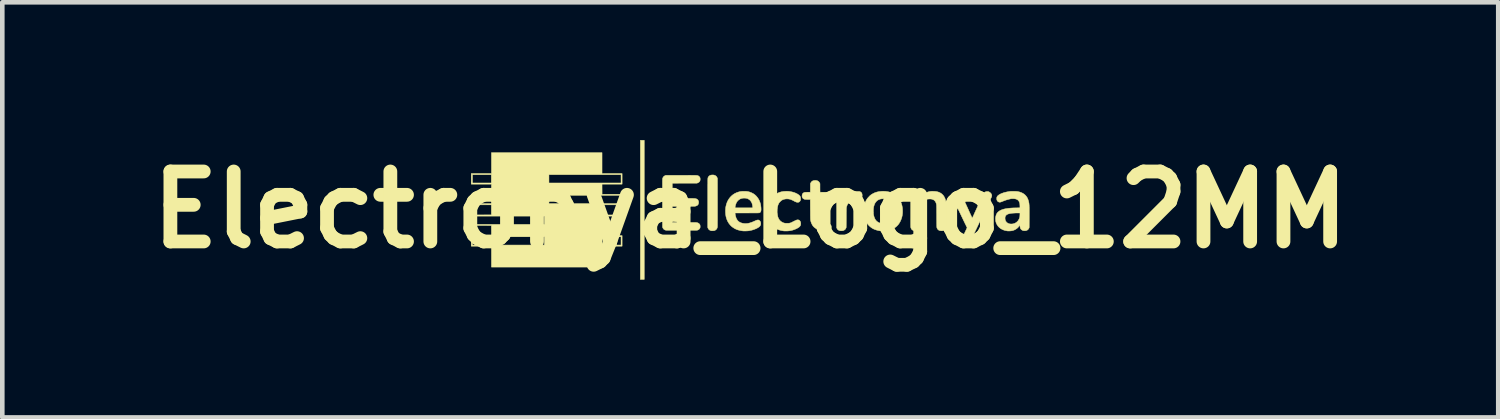
<source format=kicad_pcb>
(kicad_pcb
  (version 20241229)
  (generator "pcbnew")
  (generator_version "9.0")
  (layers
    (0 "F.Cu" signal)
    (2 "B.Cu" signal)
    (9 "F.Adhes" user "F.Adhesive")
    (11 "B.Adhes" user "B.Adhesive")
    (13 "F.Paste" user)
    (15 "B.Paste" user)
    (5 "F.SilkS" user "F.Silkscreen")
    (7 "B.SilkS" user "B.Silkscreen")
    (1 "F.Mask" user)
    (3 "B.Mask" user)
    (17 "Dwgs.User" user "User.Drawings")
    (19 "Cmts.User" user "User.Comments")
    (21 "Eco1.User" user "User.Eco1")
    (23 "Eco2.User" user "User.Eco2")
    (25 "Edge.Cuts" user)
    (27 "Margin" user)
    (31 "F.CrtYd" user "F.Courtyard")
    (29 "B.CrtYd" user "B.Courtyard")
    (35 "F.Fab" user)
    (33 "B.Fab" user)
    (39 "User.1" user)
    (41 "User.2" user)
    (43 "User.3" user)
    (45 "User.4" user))
  (footprint "Electronya_Logo_12MM"
    (layer "F.Cu")
    (at 13.288 1.519)
    (property "Reference" "Electronya_Logo_12MM" (at 0 0 0) (layer "F.SilkS") (effects (font (size 1.524 1.524) (thickness 0.3))))
    (attr through_hole)
    (fp_poly (pts (xy -2.309 1.516) (xy -2.393 1.516) (xy -2.393 -1.514) (xy -2.309 -1.514) (xy -2.309 1.516)) (stroke (width 0.01) (type solid)) (fill yes) (layer "F.SilkS"))
    (fp_poly (pts (xy -0.796 -0.758) (xy -0.774 -0.752) (xy -0.755 -0.742) (xy -0.739 -0.729) (xy -0.727 -0.711) (xy -0.721 -0.699) (xy -0.715 -0.685) (xy -0.714 -0.168) (xy -0.714 -0.097) (xy -0.714 -0.032) (xy -0.714 0.029) (xy -0.714 0.085) (xy -0.714 0.136) (xy -0.714 0.182) (xy -0.714 0.223) (xy -0.715 0.259) (xy -0.715 0.29) (xy -0.715 0.316) (xy -0.715 0.337) (xy -0.715 0.353) (xy -0.716 0.364) (xy -0.716 0.37) (xy -0.716 0.371) (xy -0.72 0.391) (xy -0.726 0.407) (xy -0.736 0.422) (xy -0.746 0.431) (xy -0.758 0.441) (xy -0.77 0.448) (xy -0.783 0.453) (xy -0.799 0.455) (xy -0.818 0.456) (xy -0.832 0.457) (xy -0.843 0.456) (xy -0.852 0.455) (xy -0.86 0.453) (xy -0.861 0.452) (xy -0.882 0.443) (xy -0.899 0.431) (xy -0.912 0.415) (xy -0.92 0.4) (xy -0.926 0.385) (xy -0.926 -0.15) (xy -0.926 -0.211) (xy -0.926 -0.268) (xy -0.926 -0.32) (xy -0.926 -0.367) (xy -0.926 -0.41) (xy -0.926 -0.449) (xy -0.926 -0.485) (xy -0.926 -0.516) (xy -0.926 -0.545) (xy -0.925 -0.57) (xy -0.925 -0.592) (xy -0.925 -0.611) (xy -0.925 -0.628) (xy -0.925 -0.642) (xy -0.925 -0.654) (xy -0.924 -0.664) (xy -0.924 -0.672) (xy -0.924 -0.679) (xy -0.923 -0.684) (xy -0.923 -0.689) (xy -0.923 -0.692) (xy -0.922 -0.695) (xy -0.922 -0.697) (xy -0.921 -0.698) (xy -0.921 -0.698) (xy -0.912 -0.717) (xy -0.9 -0.733) (xy -0.884 -0.745) (xy -0.864 -0.754) (xy -0.841 -0.758) (xy -0.822 -0.759) (xy -0.796 -0.758)) (stroke (width 0.01) (type solid)) (fill yes) (layer "F.SilkS"))
    (fp_poly (pts (xy -3.228 -0.79) (xy -2.791 -0.79) (xy -2.791 -0.559) (xy -3.228 -0.559) (xy -3.227 -0.339) (xy -3.009 -0.338) (xy -2.791 -0.338) (xy -2.791 -0.224) (xy -2.791 -0.109) (xy -3.228 -0.109) (xy -3.228 0.112) (xy -2.791 0.112) (xy -2.791 0.226) (xy -2.791 0.34) (xy -3.009 0.341) (xy -3.227 0.342) (xy -3.228 0.561) (xy -2.791 0.561) (xy -2.791 0.792) (xy -3.228 0.792) (xy -3.228 1.247) (xy -5.636 1.247) (xy -5.636 0.792) (xy -6.076 0.792) (xy -6.076 0.587) (xy -6.05 0.587) (xy -6.05 0.767) (xy -4.483 0.767) (xy -4.483 0.587) (xy -3.226 0.587) (xy -3.226 0.767) (xy -2.814 0.767) (xy -2.814 0.587) (xy -3.226 0.587) (xy -4.483 0.587) (xy -6.05 0.587) (xy -6.076 0.587) (xy -6.076 0.561) (xy -5.636 0.561) (xy -5.637 0.451) (xy -5.638 0.342) (xy -5.857 0.341) (xy -6.076 0.34) (xy -6.076 0.137) (xy -6.05 0.137) (xy -6.05 0.318) (xy -4.483 0.318) (xy -4.483 0.137) (xy -3.226 0.137) (xy -3.226 0.318) (xy -2.814 0.318) (xy -2.814 0.137) (xy -3.226 0.137) (xy -4.483 0.137) (xy -6.05 0.137) (xy -6.076 0.137) (xy -6.076 0.112) (xy -5.638 0.11) (xy -5.638 -0.108) (xy -5.857 -0.109) (xy -6.076 -0.109) (xy -6.076 -0.315) (xy -6.05 -0.315) (xy -6.05 -0.135) (xy -5.639 -0.135) (xy -5.639 -0.315) (xy -4.384 -0.315) (xy -4.384 -0.135) (xy -2.814 -0.135) (xy -2.814 -0.315) (xy -4.384 -0.315) (xy -5.639 -0.315) (xy -6.05 -0.315) (xy -6.076 -0.315) (xy -6.076 -0.338) (xy -5.638 -0.339) (xy -5.637 -0.449) (xy -5.636 -0.559) (xy -6.076 -0.559) (xy -6.076 -0.765) (xy -6.05 -0.765) (xy -6.05 -0.584) (xy -5.639 -0.584) (xy -5.639 -0.765) (xy -4.384 -0.765) (xy -4.384 -0.584) (xy -2.814 -0.584) (xy -2.814 -0.765) (xy -4.384 -0.765) (xy -5.639 -0.765) (xy -6.05 -0.765) (xy -6.076 -0.765) (xy -6.076 -0.79) (xy -5.636 -0.79) (xy -5.636 -1.245) (xy -3.228 -1.245) (xy -3.228 -0.79)) (stroke (width 0.01) (type solid)) (fill yes) (layer "F.SilkS"))
    (fp_poly (pts (xy 2.009 -0.398) (xy 2.029 -0.391) (xy 2.047 -0.381) (xy 2.061 -0.366) (xy 2.071 -0.351) (xy 2.079 -0.334) (xy 2.08 -0.286) (xy 2.081 -0.238) (xy 2.092 -0.259) (xy 2.11 -0.289) (xy 2.132 -0.316) (xy 2.158 -0.34) (xy 2.187 -0.36) (xy 2.22 -0.376) (xy 2.255 -0.388) (xy 2.291 -0.396) (xy 2.301 -0.398) (xy 2.314 -0.399) (xy 2.329 -0.399) (xy 2.345 -0.4) (xy 2.346 -0.4) (xy 2.36 -0.4) (xy 2.37 -0.4) (xy 2.378 -0.399) (xy 2.384 -0.398) (xy 2.389 -0.396) (xy 2.395 -0.393) (xy 2.396 -0.393) (xy 2.411 -0.383) (xy 2.423 -0.371) (xy 2.431 -0.356) (xy 2.435 -0.338) (xy 2.437 -0.316) (xy 2.437 -0.315) (xy 2.436 -0.298) (xy 2.434 -0.284) (xy 2.431 -0.273) (xy 2.425 -0.262) (xy 2.422 -0.258) (xy 2.415 -0.248) (xy 2.405 -0.241) (xy 2.392 -0.234) (xy 2.377 -0.229) (xy 2.358 -0.224) (xy 2.334 -0.22) (xy 2.31 -0.217) (xy 2.285 -0.214) (xy 2.264 -0.211) (xy 2.246 -0.208) (xy 2.231 -0.204) (xy 2.219 -0.201) (xy 2.191 -0.189) (xy 2.165 -0.173) (xy 2.144 -0.153) (xy 2.126 -0.13) (xy 2.115 -0.112) (xy 2.109 -0.099) (xy 2.104 -0.084) (xy 2.099 -0.071) (xy 2.098 -0.066) (xy 2.097 -0.062) (xy 2.096 -0.058) (xy 2.095 -0.054) (xy 2.094 -0.049) (xy 2.094 -0.044) (xy 2.093 -0.037) (xy 2.093 -0.028) (xy 2.092 -0.017) (xy 2.092 -0.004) (xy 2.092 0.012) (xy 2.092 0.031) (xy 2.091 0.053) (xy 2.091 0.08) (xy 2.091 0.11) (xy 2.091 0.145) (xy 2.091 0.17) (xy 2.089 0.385) (xy 2.083 0.399) (xy 2.074 0.417) (xy 2.06 0.432) (xy 2.042 0.444) (xy 2.022 0.453) (xy 2.018 0.454) (xy 2.008 0.455) (xy 1.995 0.457) (xy 1.98 0.457) (xy 1.966 0.456) (xy 1.954 0.455) (xy 1.95 0.454) (xy 1.938 0.45) (xy 1.925 0.444) (xy 1.913 0.437) (xy 1.904 0.429) (xy 1.902 0.427) (xy 1.896 0.42) (xy 1.891 0.41) (xy 1.887 0.404) (xy 1.881 0.39) (xy 1.881 -0.334) (xy 1.888 -0.348) (xy 1.898 -0.365) (xy 1.913 -0.38) (xy 1.931 -0.39) (xy 1.953 -0.397) (xy 1.964 -0.399) (xy 1.987 -0.401) (xy 2.009 -0.398)) (stroke (width 0.01) (type solid)) (fill yes) (layer "F.SilkS"))
    (fp_poly (pts (xy 2.943 -0.402) (xy 2.99 -0.396) (xy 3.034 -0.386) (xy 3.076 -0.371) (xy 3.114 -0.353) (xy 3.15 -0.33) (xy 3.183 -0.303) (xy 3.198 -0.29) (xy 3.227 -0.257) (xy 3.252 -0.221) (xy 3.273 -0.183) (xy 3.29 -0.141) (xy 3.303 -0.096) (xy 3.312 -0.049) (xy 3.315 -0.026) (xy 3.317 0.024) (xy 3.316 0.073) (xy 3.31 0.121) (xy 3.3 0.166) (xy 3.285 0.21) (xy 3.267 0.251) (xy 3.245 0.29) (xy 3.22 0.325) (xy 3.215 0.33) (xy 3.188 0.358) (xy 3.157 0.383) (xy 3.122 0.405) (xy 3.085 0.424) (xy 3.045 0.439) (xy 3.002 0.45) (xy 2.958 0.458) (xy 2.913 0.461) (xy 2.866 0.461) (xy 2.857 0.461) (xy 2.809 0.455) (xy 2.763 0.445) (xy 2.719 0.431) (xy 2.679 0.414) (xy 2.642 0.392) (xy 2.608 0.366) (xy 2.578 0.337) (xy 2.551 0.305) (xy 2.527 0.268) (xy 2.507 0.229) (xy 2.491 0.186) (xy 2.479 0.14) (xy 2.476 0.124) (xy 2.474 0.107) (xy 2.472 0.086) (xy 2.47 0.063) (xy 2.469 0.039) (xy 2.469 0.029) (xy 2.681 0.029) (xy 2.681 0.052) (xy 2.682 0.074) (xy 2.684 0.093) (xy 2.686 0.108) (xy 2.694 0.145) (xy 2.706 0.178) (xy 2.72 0.207) (xy 2.738 0.232) (xy 2.759 0.253) (xy 2.783 0.27) (xy 2.81 0.283) (xy 2.84 0.292) (xy 2.846 0.294) (xy 2.861 0.295) (xy 2.879 0.296) (xy 2.899 0.296) (xy 2.919 0.295) (xy 2.937 0.293) (xy 2.952 0.29) (xy 2.955 0.29) (xy 2.984 0.28) (xy 3.01 0.266) (xy 3.032 0.247) (xy 3.052 0.225) (xy 3.069 0.199) (xy 3.083 0.169) (xy 3.093 0.136) (xy 3.101 0.099) (xy 3.101 0.093) (xy 3.103 0.076) (xy 3.104 0.055) (xy 3.104 0.032) (xy 3.104 0.009) (xy 3.103 -0.013) (xy 3.102 -0.032) (xy 3.1 -0.044) (xy 3.093 -0.082) (xy 3.082 -0.115) (xy 3.068 -0.145) (xy 3.051 -0.171) (xy 3.031 -0.193) (xy 3.008 -0.211) (xy 2.982 -0.225) (xy 2.953 -0.234) (xy 2.921 -0.24) (xy 2.893 -0.241) (xy 2.859 -0.239) (xy 2.827 -0.233) (xy 2.799 -0.222) (xy 2.773 -0.208) (xy 2.751 -0.189) (xy 2.731 -0.166) (xy 2.714 -0.14) (xy 2.701 -0.109) (xy 2.69 -0.074) (xy 2.686 -0.052) (xy 2.684 -0.036) (xy 2.682 -0.017) (xy 2.681 0.005) (xy 2.681 0.029) (xy 2.469 0.029) (xy 2.469 0.015) (xy 2.469 -0.007) (xy 2.471 -0.027) (xy 2.471 -0.033) (xy 2.478 -0.08) (xy 2.49 -0.124) (xy 2.505 -0.166) (xy 2.524 -0.206) (xy 2.542 -0.235) (xy 2.553 -0.251) (xy 2.568 -0.268) (xy 2.585 -0.286) (xy 2.602 -0.304) (xy 2.62 -0.319) (xy 2.635 -0.331) (xy 2.637 -0.332) (xy 2.674 -0.354) (xy 2.714 -0.373) (xy 2.757 -0.387) (xy 2.803 -0.397) (xy 2.851 -0.402) (xy 2.893 -0.404) (xy 2.943 -0.402)) (stroke (width 0.01) (type solid)) (fill yes) (layer "F.SilkS"))
    (fp_poly (pts (xy 1.431 -0.64) (xy 1.433 -0.639) (xy 1.455 -0.635) (xy 1.474 -0.626) (xy 1.491 -0.613) (xy 1.505 -0.596) (xy 1.511 -0.585) (xy 1.518 -0.57) (xy 1.518 -0.477) (xy 1.519 -0.384) (xy 1.609 -0.383) (xy 1.632 -0.383) (xy 1.652 -0.383) (xy 1.667 -0.382) (xy 1.679 -0.382) (xy 1.688 -0.381) (xy 1.695 -0.381) (xy 1.701 -0.38) (xy 1.705 -0.379) (xy 1.709 -0.378) (xy 1.711 -0.377) (xy 1.729 -0.368) (xy 1.742 -0.356) (xy 1.752 -0.341) (xy 1.755 -0.333) (xy 1.758 -0.325) (xy 1.759 -0.316) (xy 1.759 -0.305) (xy 1.757 -0.285) (xy 1.752 -0.268) (xy 1.743 -0.254) (xy 1.729 -0.242) (xy 1.714 -0.234) (xy 1.701 -0.227) (xy 1.52 -0.225) (xy 1.52 -0.015) (xy 1.52 0.024) (xy 1.52 0.058) (xy 1.52 0.087) (xy 1.52 0.113) (xy 1.521 0.135) (xy 1.521 0.154) (xy 1.521 0.169) (xy 1.522 0.182) (xy 1.522 0.193) (xy 1.523 0.202) (xy 1.524 0.209) (xy 1.526 0.215) (xy 1.527 0.221) (xy 1.529 0.226) (xy 1.531 0.23) (xy 1.534 0.235) (xy 1.535 0.239) (xy 1.544 0.254) (xy 1.555 0.266) (xy 1.567 0.276) (xy 1.582 0.284) (xy 1.601 0.29) (xy 1.623 0.295) (xy 1.649 0.298) (xy 1.656 0.299) (xy 1.677 0.301) (xy 1.693 0.303) (xy 1.706 0.305) (xy 1.717 0.308) (xy 1.726 0.311) (xy 1.734 0.315) (xy 1.738 0.317) (xy 1.75 0.328) (xy 1.759 0.342) (xy 1.764 0.359) (xy 1.765 0.366) (xy 1.765 0.384) (xy 1.763 0.398) (xy 1.759 0.41) (xy 1.755 0.418) (xy 1.745 0.43) (xy 1.732 0.44) (xy 1.716 0.447) (xy 1.697 0.452) (xy 1.674 0.455) (xy 1.647 0.456) (xy 1.616 0.455) (xy 1.595 0.453) (xy 1.559 0.449) (xy 1.528 0.444) (xy 1.5 0.437) (xy 1.474 0.428) (xy 1.45 0.418) (xy 1.445 0.415) (xy 1.416 0.398) (xy 1.39 0.377) (xy 1.368 0.354) (xy 1.35 0.327) (xy 1.335 0.297) (xy 1.322 0.263) (xy 1.314 0.229) (xy 1.313 0.224) (xy 1.312 0.219) (xy 1.312 0.212) (xy 1.311 0.204) (xy 1.311 0.193) (xy 1.31 0.18) (xy 1.31 0.164) (xy 1.31 0.145) (xy 1.309 0.123) (xy 1.309 0.097) (xy 1.309 0.067) (xy 1.309 0.032) (xy 1.308 -0.008) (xy 1.308 -0.008) (xy 1.307 -0.225) (xy 1.246 -0.226) (xy 1.227 -0.226) (xy 1.212 -0.227) (xy 1.201 -0.227) (xy 1.192 -0.228) (xy 1.186 -0.229) (xy 1.181 -0.23) (xy 1.176 -0.232) (xy 1.171 -0.234) (xy 1.169 -0.235) (xy 1.153 -0.244) (xy 1.141 -0.257) (xy 1.133 -0.272) (xy 1.128 -0.29) (xy 1.128 -0.304) (xy 1.13 -0.325) (xy 1.135 -0.342) (xy 1.144 -0.357) (xy 1.157 -0.368) (xy 1.172 -0.376) (xy 1.178 -0.378) (xy 1.183 -0.379) (xy 1.188 -0.381) (xy 1.195 -0.381) (xy 1.205 -0.382) (xy 1.217 -0.382) (xy 1.233 -0.383) (xy 1.248 -0.383) (xy 1.308 -0.384) (xy 1.309 -0.477) (xy 1.309 -0.57) (xy 1.317 -0.586) (xy 1.328 -0.604) (xy 1.342 -0.619) (xy 1.36 -0.63) (xy 1.381 -0.637) (xy 1.405 -0.64) (xy 1.431 -0.64)) (stroke (width 0.01) (type solid)) (fill yes) (layer "F.SilkS"))
    (fp_poly (pts (xy 0.837 -0.402) (xy 0.883 -0.395) (xy 0.928 -0.385) (xy 0.971 -0.371) (xy 1.009 -0.354) (xy 1.033 -0.341) (xy 1.052 -0.328) (xy 1.068 -0.315) (xy 1.08 -0.301) (xy 1.089 -0.286) (xy 1.089 -0.285) (xy 1.092 -0.278) (xy 1.094 -0.271) (xy 1.095 -0.264) (xy 1.096 -0.255) (xy 1.096 -0.243) (xy 1.096 -0.229) (xy 1.095 -0.22) (xy 1.094 -0.212) (xy 1.092 -0.206) (xy 1.09 -0.202) (xy 1.08 -0.186) (xy 1.068 -0.173) (xy 1.053 -0.166) (xy 1.036 -0.163) (xy 1.033 -0.163) (xy 1.022 -0.163) (xy 1.011 -0.166) (xy 0.999 -0.17) (xy 0.984 -0.176) (xy 0.966 -0.184) (xy 0.95 -0.193) (xy 0.924 -0.207) (xy 0.9 -0.217) (xy 0.88 -0.226) (xy 0.861 -0.231) (xy 0.845 -0.235) (xy 0.814 -0.238) (xy 0.783 -0.238) (xy 0.752 -0.234) (xy 0.723 -0.226) (xy 0.697 -0.215) (xy 0.689 -0.21) (xy 0.678 -0.203) (xy 0.666 -0.193) (xy 0.654 -0.181) (xy 0.641 -0.168) (xy 0.631 -0.156) (xy 0.623 -0.145) (xy 0.623 -0.144) (xy 0.614 -0.126) (xy 0.605 -0.105) (xy 0.598 -0.083) (xy 0.592 -0.06) (xy 0.589 -0.043) (xy 0.587 -0.023) (xy 0.585 -0.001) (xy 0.585 0.022) (xy 0.584 0.045) (xy 0.585 0.066) (xy 0.587 0.083) (xy 0.593 0.122) (xy 0.602 0.157) (xy 0.615 0.188) (xy 0.631 0.215) (xy 0.651 0.238) (xy 0.673 0.257) (xy 0.699 0.272) (xy 0.699 0.273) (xy 0.715 0.28) (xy 0.728 0.285) (xy 0.742 0.289) (xy 0.756 0.291) (xy 0.772 0.293) (xy 0.791 0.293) (xy 0.801 0.293) (xy 0.819 0.293) (xy 0.834 0.293) (xy 0.847 0.291) (xy 0.86 0.289) (xy 0.872 0.286) (xy 0.885 0.281) (xy 0.9 0.275) (xy 0.917 0.266) (xy 0.936 0.256) (xy 0.957 0.246) (xy 0.975 0.237) (xy 0.989 0.231) (xy 1 0.226) (xy 1.009 0.222) (xy 1.017 0.22) (xy 1.024 0.219) (xy 1.031 0.218) (xy 1.034 0.218) (xy 1.051 0.22) (xy 1.066 0.226) (xy 1.078 0.237) (xy 1.088 0.252) (xy 1.093 0.261) (xy 1.096 0.273) (xy 1.098 0.287) (xy 1.099 0.304) (xy 1.098 0.319) (xy 1.095 0.333) (xy 1.093 0.339) (xy 1.085 0.352) (xy 1.076 0.364) (xy 1.064 0.375) (xy 1.048 0.387) (xy 1.048 0.387) (xy 1.011 0.408) (xy 0.97 0.426) (xy 0.927 0.441) (xy 0.883 0.452) (xy 0.858 0.456) (xy 0.839 0.458) (xy 0.817 0.46) (xy 0.793 0.461) (xy 0.77 0.461) (xy 0.748 0.461) (xy 0.731 0.46) (xy 0.686 0.453) (xy 0.644 0.443) (xy 0.603 0.428) (xy 0.564 0.411) (xy 0.531 0.391) (xy 0.518 0.38) (xy 0.502 0.367) (xy 0.486 0.351) (xy 0.47 0.335) (xy 0.456 0.319) (xy 0.444 0.304) (xy 0.438 0.297) (xy 0.416 0.259) (xy 0.398 0.22) (xy 0.384 0.179) (xy 0.374 0.135) (xy 0.368 0.089) (xy 0.366 0.04) (xy 0.366 0.033) (xy 0.368 -0.018) (xy 0.374 -0.066) (xy 0.384 -0.111) (xy 0.398 -0.153) (xy 0.416 -0.192) (xy 0.439 -0.229) (xy 0.465 -0.263) (xy 0.486 -0.286) (xy 0.519 -0.316) (xy 0.555 -0.341) (xy 0.593 -0.362) (xy 0.633 -0.379) (xy 0.676 -0.392) (xy 0.722 -0.4) (xy 0.77 -0.403) (xy 0.791 -0.404) (xy 0.837 -0.402)) (stroke (width 0.01) (type solid)) (fill yes) (layer "F.SilkS"))
    (fp_poly (pts (xy -0.111 -0.402) (xy -0.089 -0.402) (xy -0.071 -0.4) (xy -0.054 -0.398) (xy -0.038 -0.394) (xy -0.022 -0.39) (xy -0.006 -0.385) (xy 0.033 -0.369) (xy 0.069 -0.35) (xy 0.102 -0.326) (xy 0.131 -0.299) (xy 0.157 -0.267) (xy 0.18 -0.233) (xy 0.191 -0.213) (xy 0.204 -0.183) (xy 0.215 -0.153) (xy 0.223 -0.123) (xy 0.229 -0.09) (xy 0.233 -0.054) (xy 0.234 -0.047) (xy 0.235 -0.02) (xy 0.235 0.002) (xy 0.233 0.021) (xy 0.229 0.036) (xy 0.222 0.047) (xy 0.214 0.057) (xy 0.203 0.063) (xy 0.202 0.064) (xy 0.2 0.065) (xy 0.198 0.065) (xy 0.195 0.066) (xy 0.191 0.066) (xy 0.186 0.067) (xy 0.179 0.067) (xy 0.171 0.067) (xy 0.16 0.068) (xy 0.147 0.068) (xy 0.131 0.068) (xy 0.112 0.068) (xy 0.09 0.068) (xy 0.064 0.068) (xy 0.034 0.068) (xy -0.001 0.068) (xy -0.04 0.069) (xy -0.07 0.069) (xy -0.331 0.069) (xy -0.329 0.089) (xy -0.327 0.107) (xy -0.323 0.127) (xy -0.317 0.148) (xy -0.311 0.168) (xy -0.305 0.185) (xy -0.304 0.186) (xy -0.29 0.213) (xy -0.273 0.236) (xy -0.253 0.255) (xy -0.23 0.27) (xy -0.204 0.282) (xy -0.175 0.291) (xy -0.141 0.297) (xy -0.131 0.298) (xy -0.104 0.299) (xy -0.077 0.298) (xy -0.05 0.295) (xy -0.021 0.289) (xy 0.008 0.28) (xy 0.04 0.269) (xy 0.075 0.254) (xy 0.085 0.25) (xy 0.106 0.24) (xy 0.123 0.233) (xy 0.137 0.227) (xy 0.148 0.224) (xy 0.157 0.222) (xy 0.165 0.221) (xy 0.173 0.221) (xy 0.181 0.223) (xy 0.183 0.223) (xy 0.195 0.229) (xy 0.207 0.24) (xy 0.217 0.253) (xy 0.224 0.269) (xy 0.224 0.269) (xy 0.228 0.291) (xy 0.228 0.312) (xy 0.223 0.332) (xy 0.213 0.35) (xy 0.205 0.36) (xy 0.191 0.373) (xy 0.172 0.386) (xy 0.149 0.399) (xy 0.123 0.412) (xy 0.094 0.423) (xy 0.064 0.434) (xy 0.033 0.443) (xy 0.000488 0.45) (xy -0.03 0.456) (xy -0.044 0.458) (xy -0.062 0.459) (xy -0.081 0.46) (xy -0.101 0.461) (xy -0.119 0.461) (xy -0.135 0.461) (xy -0.145 0.461) (xy -0.175 0.458) (xy -0.206 0.453) (xy -0.236 0.446) (xy -0.264 0.439) (xy -0.289 0.431) (xy -0.293 0.429) (xy -0.334 0.411) (xy -0.371 0.388) (xy -0.406 0.362) (xy -0.436 0.332) (xy -0.463 0.298) (xy -0.486 0.262) (xy -0.505 0.222) (xy -0.516 0.192) (xy -0.528 0.151) (xy -0.535 0.107) (xy -0.539 0.062) (xy -0.54 0.016) (xy -0.537 -0.029) (xy -0.534 -0.052) (xy -0.33 -0.052) (xy -0.33 -0.043) (xy 0.054 -0.043) (xy 0.053 -0.065) (xy 0.048 -0.1) (xy 0.041 -0.132) (xy 0.029 -0.161) (xy 0.014 -0.186) (xy -0.004 -0.208) (xy -0.025 -0.225) (xy -0.049 -0.239) (xy -0.062 -0.245) (xy -0.086 -0.251) (xy -0.113 -0.255) (xy -0.14 -0.255) (xy -0.167 -0.253) (xy -0.193 -0.247) (xy -0.196 -0.246) (xy -0.223 -0.235) (xy -0.248 -0.219) (xy -0.27 -0.2) (xy -0.288 -0.178) (xy -0.294 -0.169) (xy -0.303 -0.152) (xy -0.311 -0.134) (xy -0.318 -0.114) (xy -0.324 -0.093) (xy -0.328 -0.074) (xy -0.33 -0.058) (xy -0.33 -0.052) (xy -0.534 -0.052) (xy -0.531 -0.074) (xy -0.521 -0.115) (xy -0.519 -0.121) (xy -0.504 -0.165) (xy -0.484 -0.206) (xy -0.461 -0.243) (xy -0.434 -0.277) (xy -0.404 -0.307) (xy -0.371 -0.334) (xy -0.335 -0.356) (xy -0.295 -0.375) (xy -0.253 -0.389) (xy -0.221 -0.397) (xy -0.21 -0.399) (xy -0.2 -0.4) (xy -0.19 -0.401) (xy -0.179 -0.402) (xy -0.165 -0.402) (xy -0.148 -0.403) (xy -0.136 -0.403) (xy -0.111 -0.402)) (stroke (width 0.01) (type solid)) (fill yes) (layer "F.SilkS"))
    (fp_poly (pts (xy -1.306 -0.752) (xy -1.278 -0.751) (xy -1.254 -0.751) (xy -1.233 -0.751) (xy -1.215 -0.751) (xy -1.199 -0.751) (xy -1.186 -0.75) (xy -1.175 -0.75) (xy -1.166 -0.749) (xy -1.159 -0.748) (xy -1.153 -0.747) (xy -1.148 -0.746) (xy -1.144 -0.745) (xy -1.14 -0.744) (xy -1.137 -0.742) (xy -1.133 -0.741) (xy -1.13 -0.739) (xy -1.117 -0.73) (xy -1.105 -0.717) (xy -1.096 -0.704) (xy -1.093 -0.692) (xy -1.091 -0.677) (xy -1.091 -0.661) (xy -1.092 -0.645) (xy -1.096 -0.632) (xy -1.097 -0.628) (xy -1.106 -0.613) (xy -1.12 -0.6) (xy -1.136 -0.59) (xy -1.145 -0.586) (xy -1.162 -0.58) (xy -1.431 -0.58) (xy -1.699 -0.579) (xy -1.699 -0.249) (xy -1.465 -0.249) (xy -1.425 -0.249) (xy -1.388 -0.249) (xy -1.353 -0.249) (xy -1.321 -0.248) (xy -1.293 -0.248) (xy -1.268 -0.248) (xy -1.247 -0.248) (xy -1.23 -0.247) (xy -1.218 -0.247) (xy -1.21 -0.246) (xy -1.208 -0.246) (xy -1.186 -0.242) (xy -1.167 -0.236) (xy -1.152 -0.227) (xy -1.14 -0.214) (xy -1.133 -0.202) (xy -1.128 -0.192) (xy -1.126 -0.184) (xy -1.125 -0.176) (xy -1.124 -0.164) (xy -1.126 -0.144) (xy -1.13 -0.127) (xy -1.138 -0.113) (xy -1.142 -0.107) (xy -1.153 -0.097) (xy -1.168 -0.089) (xy -1.185 -0.082) (xy -1.2 -0.079) (xy -1.206 -0.078) (xy -1.216 -0.078) (xy -1.231 -0.078) (xy -1.251 -0.077) (xy -1.274 -0.077) (xy -1.301 -0.077) (xy -1.332 -0.077) (xy -1.366 -0.076) (xy -1.404 -0.076) (xy -1.444 -0.076) (xy -1.459 -0.076) (xy -1.699 -0.076) (xy -1.699 0.274) (xy -1.443 0.274) (xy -1.4 0.274) (xy -1.36 0.274) (xy -1.323 0.275) (xy -1.29 0.275) (xy -1.26 0.275) (xy -1.234 0.275) (xy -1.212 0.276) (xy -1.194 0.276) (xy -1.181 0.276) (xy -1.173 0.277) (xy -1.17 0.277) (xy -1.148 0.282) (xy -1.129 0.291) (xy -1.113 0.303) (xy -1.111 0.305) (xy -1.103 0.315) (xy -1.097 0.324) (xy -1.094 0.334) (xy -1.092 0.346) (xy -1.091 0.362) (xy -1.091 0.374) (xy -1.092 0.383) (xy -1.093 0.389) (xy -1.095 0.396) (xy -1.099 0.403) (xy -1.109 0.418) (xy -1.124 0.431) (xy -1.142 0.44) (xy -1.144 0.441) (xy -1.146 0.442) (xy -1.148 0.442) (xy -1.151 0.443) (xy -1.155 0.443) (xy -1.16 0.444) (xy -1.166 0.444) (xy -1.174 0.445) (xy -1.184 0.445) (xy -1.196 0.445) (xy -1.21 0.445) (xy -1.227 0.445) (xy -1.247 0.446) (xy -1.271 0.446) (xy -1.297 0.446) (xy -1.328 0.446) (xy -1.362 0.446) (xy -1.401 0.446) (xy -1.445 0.446) (xy -1.493 0.446) (xy -1.495 0.446) (xy -1.545 0.446) (xy -1.591 0.446) (xy -1.632 0.446) (xy -1.669 0.446) (xy -1.702 0.446) (xy -1.73 0.446) (xy -1.755 0.446) (xy -1.776 0.446) (xy -1.794 0.446) (xy -1.809 0.445) (xy -1.821 0.445) (xy -1.83 0.445) (xy -1.837 0.444) (xy -1.842 0.444) (xy -1.844 0.443) (xy -1.864 0.436) (xy -1.879 0.426) (xy -1.892 0.413) (xy -1.902 0.397) (xy -1.911 0.377) (xy -1.912 -0.143) (xy -1.912 -0.208) (xy -1.912 -0.268) (xy -1.912 -0.323) (xy -1.912 -0.373) (xy -1.912 -0.419) (xy -1.912 -0.46) (xy -1.912 -0.498) (xy -1.912 -0.531) (xy -1.912 -0.561) (xy -1.912 -0.586) (xy -1.912 -0.609) (xy -1.912 -0.628) (xy -1.911 -0.643) (xy -1.911 -0.656) (xy -1.911 -0.666) (xy -1.91 -0.673) (xy -1.91 -0.677) (xy -1.91 -0.678) (xy -1.903 -0.699) (xy -1.892 -0.717) (xy -1.878 -0.731) (xy -1.86 -0.742) (xy -1.855 -0.745) (xy -1.84 -0.751) (xy -1.507 -0.751) (xy -1.458 -0.751) (xy -1.413 -0.751) (xy -1.373 -0.751) (xy -1.338 -0.752) (xy -1.306 -0.752)) (stroke (width 0.01) (type solid)) (fill yes) (layer "F.SilkS"))
    (fp_poly (pts (xy 4.52 -0.4) (xy 4.542 -0.394) (xy 4.542 -0.394) (xy 4.556 -0.387) (xy 4.57 -0.376) (xy 4.581 -0.364) (xy 4.588 -0.355) (xy 4.59 -0.351) (xy 4.594 -0.343) (xy 4.6 -0.331) (xy 4.607 -0.315) (xy 4.616 -0.296) (xy 4.626 -0.274) (xy 4.637 -0.249) (xy 4.65 -0.221) (xy 4.663 -0.192) (xy 4.678 -0.16) (xy 4.693 -0.127) (xy 4.708 -0.093) (xy 4.713 -0.083) (xy 4.729 -0.048) (xy 4.744 -0.015) (xy 4.758 0.017) (xy 4.771 0.046) (xy 4.784 0.074) (xy 4.795 0.099) (xy 4.806 0.121) (xy 4.814 0.14) (xy 4.822 0.156) (xy 4.827 0.168) (xy 4.831 0.177) (xy 4.833 0.181) (xy 4.833 0.181) (xy 4.835 0.179) (xy 4.838 0.173) (xy 4.843 0.162) (xy 4.85 0.148) (xy 4.858 0.131) (xy 4.868 0.11) (xy 4.878 0.086) (xy 4.89 0.06) (xy 4.903 0.032) (xy 4.917 0.001) (xy 4.932 -0.031) (xy 4.947 -0.065) (xy 4.949 -0.069) (xy 4.965 -0.103) (xy 4.98 -0.136) (xy 4.994 -0.168) (xy 5.007 -0.198) (xy 5.02 -0.226) (xy 5.032 -0.252) (xy 5.042 -0.275) (xy 5.051 -0.295) (xy 5.059 -0.312) (xy 5.065 -0.325) (xy 5.069 -0.334) (xy 5.071 -0.339) (xy 5.071 -0.339) (xy 5.082 -0.359) (xy 5.095 -0.374) (xy 5.11 -0.385) (xy 5.118 -0.389) (xy 5.126 -0.393) (xy 5.133 -0.395) (xy 5.14 -0.397) (xy 5.149 -0.397) (xy 5.16 -0.398) (xy 5.172 -0.397) (xy 5.181 -0.397) (xy 5.188 -0.395) (xy 5.195 -0.393) (xy 5.202 -0.389) (xy 5.221 -0.377) (xy 5.237 -0.363) (xy 5.249 -0.346) (xy 5.257 -0.327) (xy 5.259 -0.315) (xy 5.26 -0.306) (xy 5.259 -0.297) (xy 5.256 -0.287) (xy 5.255 -0.283) (xy 5.253 -0.278) (xy 5.249 -0.269) (xy 5.243 -0.256) (xy 5.235 -0.239) (xy 5.225 -0.219) (xy 5.214 -0.196) (xy 5.202 -0.169) (xy 5.188 -0.14) (xy 5.173 -0.108) (xy 5.157 -0.075) (xy 5.14 -0.039) (xy 5.122 -0.002) (xy 5.104 0.037) (xy 5.085 0.077) (xy 5.065 0.118) (xy 5.045 0.159) (xy 5.025 0.201) (xy 5.005 0.243) (xy 4.985 0.285) (xy 4.965 0.327) (xy 4.946 0.367) (xy 4.927 0.407) (xy 4.908 0.446) (xy 4.89 0.483) (xy 4.873 0.519) (xy 4.856 0.553) (xy 4.841 0.584) (xy 4.827 0.613) (xy 4.814 0.64) (xy 4.803 0.663) (xy 4.793 0.683) (xy 4.785 0.7) (xy 4.778 0.713) (xy 4.774 0.722) (xy 4.771 0.726) (xy 4.771 0.727) (xy 4.758 0.741) (xy 4.743 0.751) (xy 4.73 0.757) (xy 4.716 0.76) (xy 4.7 0.762) (xy 4.684 0.762) (xy 4.668 0.759) (xy 4.659 0.757) (xy 4.641 0.748) (xy 4.625 0.736) (xy 4.611 0.722) (xy 4.603 0.711) (xy 4.6 0.701) (xy 4.598 0.688) (xy 4.598 0.674) (xy 4.599 0.66) (xy 4.601 0.65) (xy 4.603 0.645) (xy 4.607 0.636) (xy 4.613 0.624) (xy 4.62 0.608) (xy 4.628 0.59) (xy 4.638 0.569) (xy 4.648 0.547) (xy 4.659 0.523) (xy 4.664 0.513) (xy 4.722 0.39) (xy 4.716 0.377) (xy 4.705 0.355) (xy 4.693 0.329) (xy 4.679 0.302) (xy 4.665 0.272) (xy 4.65 0.241) (xy 4.634 0.208) (xy 4.618 0.174) (xy 4.601 0.139) (xy 4.584 0.103) (xy 4.567 0.068) (xy 4.55 0.032) (xy 4.533 -0.003) (xy 4.517 -0.038) (xy 4.501 -0.071) (xy 4.486 -0.104) (xy 4.471 -0.134) (xy 4.457 -0.163) (xy 4.445 -0.19) (xy 4.433 -0.214) (xy 4.424 -0.236) (xy 4.415 -0.254) (xy 4.408 -0.269) (xy 4.403 -0.28) (xy 4.4 -0.287) (xy 4.399 -0.29) (xy 4.397 -0.31) (xy 4.4 -0.329) (xy 4.408 -0.347) (xy 4.419 -0.364) (xy 4.435 -0.378) (xy 4.45 -0.387) (xy 4.474 -0.396) (xy 4.497 -0.401) (xy 4.52 -0.4)) (stroke (width 0.01) (type solid)) (fill yes) (layer "F.SilkS"))
    (fp_poly (pts (xy 5.751 -0.403) (xy 5.773 -0.402) (xy 5.793 -0.401) (xy 5.811 -0.4) (xy 5.823 -0.398) (xy 5.864 -0.389) (xy 5.901 -0.376) (xy 5.935 -0.36) (xy 5.965 -0.34) (xy 5.991 -0.317) (xy 6.014 -0.29) (xy 6.033 -0.26) (xy 6.048 -0.226) (xy 6.06 -0.188) (xy 6.065 -0.164) (xy 6.067 -0.155) (xy 6.069 -0.145) (xy 6.07 -0.135) (xy 6.071 -0.125) (xy 6.072 -0.113) (xy 6.073 -0.1) (xy 6.074 -0.086) (xy 6.074 -0.069) (xy 6.075 -0.049) (xy 6.075 -0.027) (xy 6.075 -0.002) (xy 6.075 0.027) (xy 6.075 0.059) (xy 6.075 0.096) (xy 6.075 0.137) (xy 6.075 0.157) (xy 6.074 0.385) (xy 6.069 0.399) (xy 6.063 0.409) (xy 6.056 0.42) (xy 6.051 0.426) (xy 6.037 0.439) (xy 6.019 0.448) (xy 6 0.454) (xy 5.979 0.456) (xy 5.958 0.455) (xy 5.938 0.451) (xy 5.919 0.442) (xy 5.903 0.431) (xy 5.901 0.429) (xy 5.889 0.415) (xy 5.881 0.398) (xy 5.876 0.378) (xy 5.873 0.355) (xy 5.872 0.34) (xy 5.872 0.321) (xy 5.864 0.336) (xy 5.848 0.363) (xy 5.828 0.387) (xy 5.803 0.408) (xy 5.776 0.426) (xy 5.746 0.441) (xy 5.715 0.452) (xy 5.701 0.455) (xy 5.688 0.457) (xy 5.672 0.459) (xy 5.655 0.46) (xy 5.637 0.461) (xy 5.621 0.461) (xy 5.609 0.461) (xy 5.607 0.461) (xy 5.565 0.454) (xy 5.525 0.443) (xy 5.489 0.428) (xy 5.456 0.41) (xy 5.426 0.387) (xy 5.419 0.381) (xy 5.395 0.355) (xy 5.375 0.326) (xy 5.359 0.295) (xy 5.348 0.263) (xy 5.342 0.228) (xy 5.341 0.192) (xy 5.342 0.178) (xy 5.548 0.178) (xy 5.549 0.203) (xy 5.554 0.227) (xy 5.564 0.248) (xy 5.578 0.267) (xy 5.595 0.283) (xy 5.616 0.295) (xy 5.64 0.304) (xy 5.648 0.306) (xy 5.665 0.308) (xy 5.684 0.309) (xy 5.704 0.308) (xy 5.723 0.305) (xy 5.736 0.302) (xy 5.764 0.292) (xy 5.79 0.277) (xy 5.813 0.258) (xy 5.833 0.236) (xy 5.849 0.209) (xy 5.851 0.205) (xy 5.858 0.19) (xy 5.863 0.176) (xy 5.867 0.161) (xy 5.87 0.144) (xy 5.871 0.124) (xy 5.872 0.11) (xy 5.873 0.069) (xy 5.822 0.069) (xy 5.784 0.069) (xy 5.747 0.071) (xy 5.713 0.073) (xy 5.683 0.076) (xy 5.665 0.079) (xy 5.635 0.085) (xy 5.611 0.093) (xy 5.591 0.102) (xy 5.575 0.114) (xy 5.563 0.128) (xy 5.554 0.144) (xy 5.549 0.164) (xy 5.548 0.178) (xy 5.342 0.178) (xy 5.342 0.177) (xy 5.346 0.144) (xy 5.354 0.114) (xy 5.365 0.088) (xy 5.379 0.066) (xy 5.398 0.046) (xy 5.421 0.028) (xy 5.444 0.014) (xy 5.468 0.003) (xy 5.494 -0.007) (xy 5.524 -0.016) (xy 5.557 -0.023) (xy 5.594 -0.029) (xy 5.634 -0.034) (xy 5.679 -0.038) (xy 5.727 -0.041) (xy 5.781 -0.042) (xy 5.788 -0.042) (xy 5.873 -0.044) (xy 5.872 -0.089) (xy 5.871 -0.107) (xy 5.87 -0.121) (xy 5.869 -0.132) (xy 5.868 -0.142) (xy 5.866 -0.15) (xy 5.865 -0.152) (xy 5.856 -0.176) (xy 5.843 -0.197) (xy 5.827 -0.213) (xy 5.808 -0.226) (xy 5.785 -0.235) (xy 5.777 -0.237) (xy 5.762 -0.24) (xy 5.743 -0.242) (xy 5.723 -0.243) (xy 5.703 -0.243) (xy 5.685 -0.242) (xy 5.685 -0.242) (xy 5.663 -0.238) (xy 5.638 -0.232) (xy 5.61 -0.225) (xy 5.58 -0.216) (xy 5.549 -0.206) (xy 5.518 -0.194) (xy 5.488 -0.182) (xy 5.486 -0.181) (xy 5.468 -0.174) (xy 5.454 -0.169) (xy 5.442 -0.167) (xy 5.432 -0.166) (xy 5.423 -0.167) (xy 5.415 -0.169) (xy 5.399 -0.176) (xy 5.385 -0.187) (xy 5.375 -0.202) (xy 5.369 -0.219) (xy 5.369 -0.219) (xy 5.367 -0.23) (xy 5.367 -0.243) (xy 5.367 -0.257) (xy 5.369 -0.27) (xy 5.371 -0.277) (xy 5.378 -0.292) (xy 5.39 -0.306) (xy 5.407 -0.32) (xy 5.427 -0.333) (xy 5.451 -0.346) (xy 5.478 -0.358) (xy 5.509 -0.369) (xy 5.541 -0.379) (xy 5.576 -0.387) (xy 5.613 -0.394) (xy 5.651 -0.4) (xy 5.67 -0.402) (xy 5.687 -0.403) (xy 5.706 -0.403) (xy 5.728 -0.403) (xy 5.751 -0.403)) (stroke (width 0.01) (type solid)) (fill yes) (layer "F.SilkS"))
    (fp_poly (pts (xy 3.979 -0.403) (xy 3.993 -0.403) (xy 4.025 -0.401) (xy 4.053 -0.398) (xy 4.078 -0.392) (xy 4.102 -0.385) (xy 4.125 -0.375) (xy 4.129 -0.373) (xy 4.157 -0.357) (xy 4.181 -0.337) (xy 4.203 -0.314) (xy 4.221 -0.287) (xy 4.237 -0.256) (xy 4.25 -0.222) (xy 4.26 -0.183) (xy 4.268 -0.14) (xy 4.268 -0.14) (xy 4.268 -0.134) (xy 4.269 -0.126) (xy 4.269 -0.116) (xy 4.27 -0.104) (xy 4.27 -0.088) (xy 4.27 -0.069) (xy 4.271 -0.046) (xy 4.271 -0.02) (xy 4.271 0.01) (xy 4.271 0.044) (xy 4.271 0.083) (xy 4.271 0.127) (xy 4.271 0.132) (xy 4.271 0.173) (xy 4.271 0.21) (xy 4.271 0.242) (xy 4.271 0.269) (xy 4.271 0.293) (xy 4.271 0.314) (xy 4.271 0.331) (xy 4.27 0.345) (xy 4.27 0.357) (xy 4.27 0.366) (xy 4.269 0.374) (xy 4.269 0.38) (xy 4.268 0.384) (xy 4.268 0.388) (xy 4.267 0.391) (xy 4.266 0.393) (xy 4.257 0.413) (xy 4.244 0.43) (xy 4.228 0.442) (xy 4.209 0.451) (xy 4.186 0.456) (xy 4.167 0.457) (xy 4.142 0.455) (xy 4.119 0.45) (xy 4.101 0.441) (xy 4.085 0.427) (xy 4.073 0.411) (xy 4.064 0.39) (xy 4.064 0.39) (xy 4.063 0.387) (xy 4.063 0.382) (xy 4.062 0.375) (xy 4.062 0.366) (xy 4.061 0.353) (xy 4.061 0.338) (xy 4.061 0.319) (xy 4.06 0.297) (xy 4.06 0.271) (xy 4.06 0.241) (xy 4.059 0.206) (xy 4.059 0.167) (xy 4.059 0.136) (xy 4.059 0.095) (xy 4.058 0.059) (xy 4.058 0.028) (xy 4.058 0.001) (xy 4.058 -0.023) (xy 4.058 -0.043) (xy 4.057 -0.06) (xy 4.057 -0.074) (xy 4.057 -0.086) (xy 4.056 -0.096) (xy 4.056 -0.103) (xy 4.055 -0.11) (xy 4.055 -0.115) (xy 4.054 -0.119) (xy 4.053 -0.123) (xy 4.052 -0.126) (xy 4.052 -0.129) (xy 4.043 -0.156) (xy 4.031 -0.179) (xy 4.016 -0.198) (xy 3.999 -0.213) (xy 3.977 -0.224) (xy 3.953 -0.232) (xy 3.95 -0.233) (xy 3.936 -0.235) (xy 3.919 -0.236) (xy 3.901 -0.236) (xy 3.882 -0.235) (xy 3.865 -0.233) (xy 3.85 -0.231) (xy 3.847 -0.23) (xy 3.822 -0.221) (xy 3.798 -0.209) (xy 3.776 -0.193) (xy 3.757 -0.176) (xy 3.75 -0.168) (xy 3.742 -0.157) (xy 3.733 -0.143) (xy 3.726 -0.128) (xy 3.719 -0.114) (xy 3.716 -0.107) (xy 3.714 -0.101) (xy 3.713 -0.095) (xy 3.711 -0.09) (xy 3.71 -0.084) (xy 3.709 -0.078) (xy 3.708 -0.071) (xy 3.707 -0.062) (xy 3.707 -0.052) (xy 3.706 -0.039) (xy 3.705 -0.025) (xy 3.705 -0.007) (xy 3.705 0.013) (xy 3.704 0.037) (xy 3.704 0.064) (xy 3.704 0.096) (xy 3.704 0.132) (xy 3.704 0.163) (xy 3.702 0.387) (xy 3.695 0.403) (xy 3.685 0.42) (xy 3.671 0.434) (xy 3.655 0.446) (xy 3.646 0.45) (xy 3.634 0.453) (xy 3.62 0.455) (xy 3.603 0.456) (xy 3.587 0.457) (xy 3.572 0.456) (xy 3.561 0.454) (xy 3.54 0.445) (xy 3.523 0.434) (xy 3.51 0.419) (xy 3.5 0.4) (xy 3.495 0.382) (xy 3.495 0.378) (xy 3.494 0.371) (xy 3.494 0.361) (xy 3.494 0.347) (xy 3.493 0.33) (xy 3.493 0.309) (xy 3.493 0.285) (xy 3.493 0.256) (xy 3.493 0.223) (xy 3.493 0.186) (xy 3.493 0.144) (xy 3.493 0.097) (xy 3.493 0.046) (xy 3.493 0.019) (xy 3.493 -0.031) (xy 3.493 -0.076) (xy 3.493 -0.117) (xy 3.493 -0.153) (xy 3.493 -0.186) (xy 3.494 -0.214) (xy 3.494 -0.239) (xy 3.494 -0.261) (xy 3.494 -0.28) (xy 3.495 -0.296) (xy 3.496 -0.309) (xy 3.496 -0.321) (xy 3.497 -0.33) (xy 3.498 -0.337) (xy 3.5 -0.343) (xy 3.501 -0.348) (xy 3.503 -0.352) (xy 3.505 -0.355) (xy 3.507 -0.358) (xy 3.509 -0.361) (xy 3.512 -0.363) (xy 3.515 -0.366) (xy 3.517 -0.368) (xy 3.532 -0.381) (xy 3.547 -0.391) (xy 3.566 -0.397) (xy 3.579 -0.399) (xy 3.602 -0.401) (xy 3.625 -0.398) (xy 3.645 -0.391) (xy 3.663 -0.38) (xy 3.678 -0.366) (xy 3.689 -0.349) (xy 3.69 -0.348) (xy 3.693 -0.342) (xy 3.695 -0.337) (xy 3.696 -0.33) (xy 3.697 -0.322) (xy 3.698 -0.311) (xy 3.698 -0.297) (xy 3.7 -0.26) (xy 3.708 -0.273) (xy 3.732 -0.303) (xy 3.76 -0.33) (xy 3.79 -0.352) (xy 3.824 -0.371) (xy 3.86 -0.386) (xy 3.899 -0.397) (xy 3.919 -0.4) (xy 3.933 -0.402) (xy 3.947 -0.403) (xy 3.962 -0.404) (xy 3.979 -0.403)) (stroke (width 0.01) (type solid)) (fill yes) (layer "F.SilkS")))
  (gr_rect
    (start -3 -3)
    (end 29.576 6.04)
    (stroke (width 0.1) (type default))
    (fill no)
    (layer "Edge.Cuts")))
</source>
